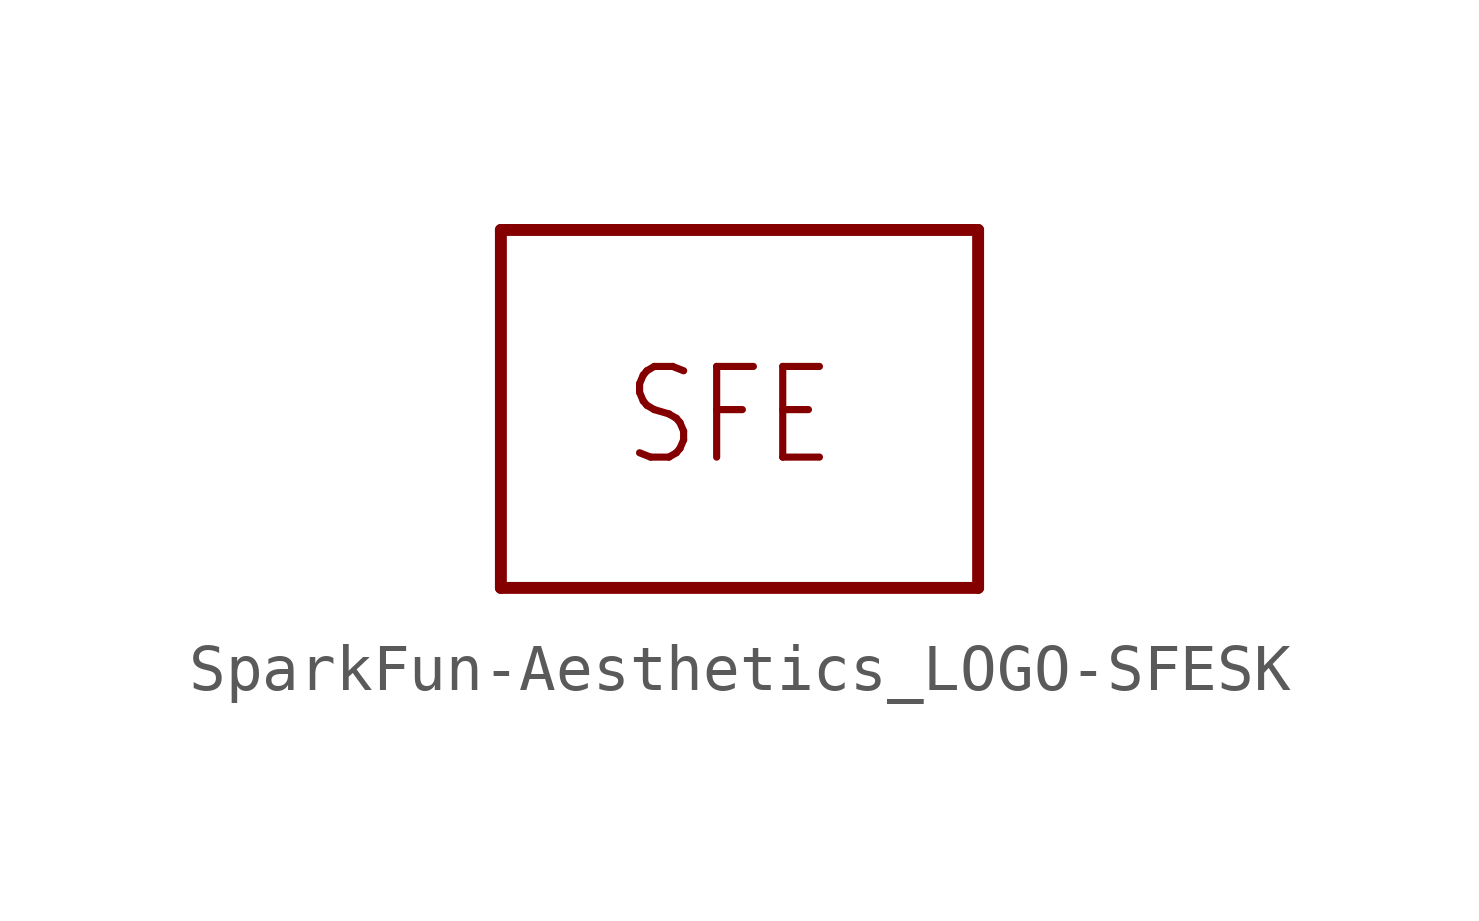
<source format=kicad_sym>
(kicad_symbol_lib
  (version 20231120)
  (generator "kicad_symbol_editor")
  (generator_version "8.0")
  (symbol "SparkFun-Aesthetics_LOGO-SFESK"
    (property "Reference" "JP"
      (at 0 0 0)
      (effects (font (size 1.27 1.27)) (hide yes)))
    (property "ki_locked" ""
      (at 0 0 0)
      (effects (font (size 1.27 1.27))))
    (symbol "SparkFun-Aesthetics_LOGO-SFESK_1_0"
      (polyline (pts (xy -2.54 -2.54) (xy 7.62 -2.54)) (stroke (width 0.254) (type solid)) (fill (type none)))
      (polyline (pts (xy -2.54 5.08) (xy -2.54 -2.54)) (stroke (width 0.254) (type solid)) (fill (type none)))
      (polyline (pts (xy 7.62 -2.54) (xy 7.62 5.08)) (stroke (width 0.254) (type solid)) (fill (type none)))
      (polyline (pts (xy 7.62 5.08) (xy -2.54 5.08)) (stroke (width 0.254) (type solid)) (fill (type none)))
      (text "SFE" (at 0 0 0) (effects (font (size 1.93 1.641)) (justify left bottom))))))
</source>
